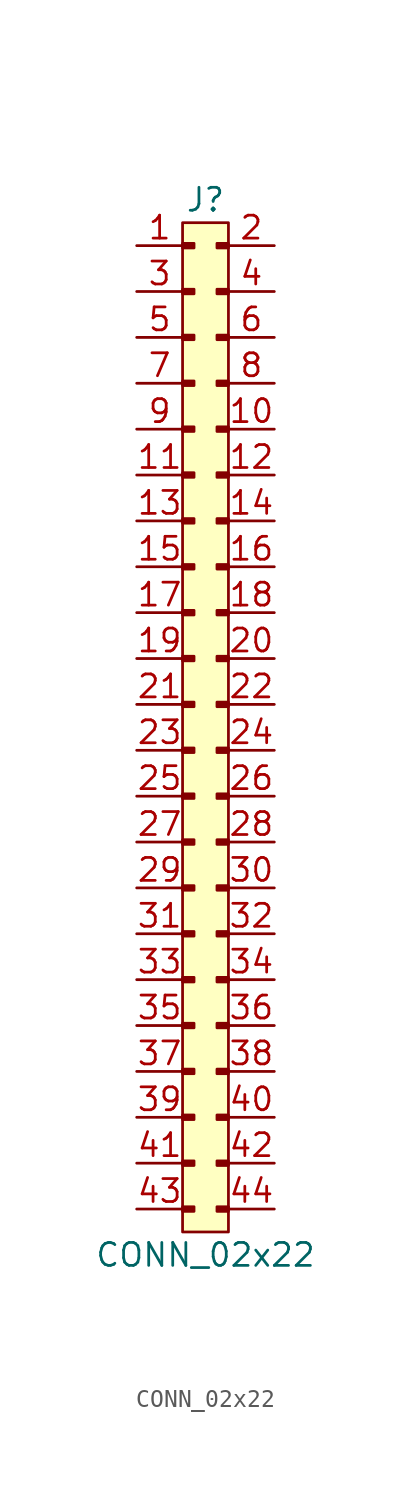
<source format=kicad_sym>
(kicad_symbol_lib
  (version 20211014)
  (generator agg_kicad.build_lib_connector)
  (symbol "CONN_02x22"
    (pin_names hide)
    (property Reference J
      (at -1.27 2.54 0)
      (effects (font (size 1.27 1.27))))
    (property Value "CONN_02x22"
      (at -1.27 -55.88 0)
      (effects (font (size 1.27 1.27))))
    (rectangle
      (start 0 -54.61)
      (end -2.54 1.27)
      (stroke (width 0) (type default) (color 0 0 0 0))
      (fill (type background)))
    (rectangle
      (start 0 0.127)
      (end -0.635 -0.127)
      (stroke (width 0) (type default) (color 0 0 0 0))
      (fill (type outline)))
    (rectangle
      (start -2.54 0.127)
      (end -1.905 -0.127)
      (stroke (width 0) (type default) (color 0 0 0 0))
      (fill (type outline)))
    (rectangle
      (start 0 -2.413)
      (end -0.635 -2.667)
      (stroke (width 0) (type default) (color 0 0 0 0))
      (fill (type outline)))
    (rectangle
      (start -2.54 -2.413)
      (end -1.905 -2.667)
      (stroke (width 0) (type default) (color 0 0 0 0))
      (fill (type outline)))
    (rectangle
      (start 0 -4.953)
      (end -0.635 -5.207)
      (stroke (width 0) (type default) (color 0 0 0 0))
      (fill (type outline)))
    (rectangle
      (start -2.54 -4.953)
      (end -1.905 -5.207)
      (stroke (width 0) (type default) (color 0 0 0 0))
      (fill (type outline)))
    (rectangle
      (start 0 -7.493)
      (end -0.635 -7.747)
      (stroke (width 0) (type default) (color 0 0 0 0))
      (fill (type outline)))
    (rectangle
      (start -2.54 -7.493)
      (end -1.905 -7.747)
      (stroke (width 0) (type default) (color 0 0 0 0))
      (fill (type outline)))
    (rectangle
      (start 0 -10.033)
      (end -0.635 -10.287)
      (stroke (width 0) (type default) (color 0 0 0 0))
      (fill (type outline)))
    (rectangle
      (start -2.54 -10.033)
      (end -1.905 -10.287)
      (stroke (width 0) (type default) (color 0 0 0 0))
      (fill (type outline)))
    (rectangle
      (start 0 -12.573)
      (end -0.635 -12.827)
      (stroke (width 0) (type default) (color 0 0 0 0))
      (fill (type outline)))
    (rectangle
      (start -2.54 -12.573)
      (end -1.905 -12.827)
      (stroke (width 0) (type default) (color 0 0 0 0))
      (fill (type outline)))
    (rectangle
      (start 0 -15.113)
      (end -0.635 -15.367)
      (stroke (width 0) (type default) (color 0 0 0 0))
      (fill (type outline)))
    (rectangle
      (start -2.54 -15.113)
      (end -1.905 -15.367)
      (stroke (width 0) (type default) (color 0 0 0 0))
      (fill (type outline)))
    (rectangle
      (start 0 -17.653)
      (end -0.635 -17.907)
      (stroke (width 0) (type default) (color 0 0 0 0))
      (fill (type outline)))
    (rectangle
      (start -2.54 -17.653)
      (end -1.905 -17.907)
      (stroke (width 0) (type default) (color 0 0 0 0))
      (fill (type outline)))
    (rectangle
      (start 0 -20.193)
      (end -0.635 -20.447)
      (stroke (width 0) (type default) (color 0 0 0 0))
      (fill (type outline)))
    (rectangle
      (start -2.54 -20.193)
      (end -1.905 -20.447)
      (stroke (width 0) (type default) (color 0 0 0 0))
      (fill (type outline)))
    (rectangle
      (start 0 -22.733)
      (end -0.635 -22.987)
      (stroke (width 0) (type default) (color 0 0 0 0))
      (fill (type outline)))
    (rectangle
      (start -2.54 -22.733)
      (end -1.905 -22.987)
      (stroke (width 0) (type default) (color 0 0 0 0))
      (fill (type outline)))
    (rectangle
      (start 0 -25.273)
      (end -0.635 -25.527)
      (stroke (width 0) (type default) (color 0 0 0 0))
      (fill (type outline)))
    (rectangle
      (start -2.54 -25.273)
      (end -1.905 -25.527)
      (stroke (width 0) (type default) (color 0 0 0 0))
      (fill (type outline)))
    (rectangle
      (start 0 -27.813)
      (end -0.635 -28.067)
      (stroke (width 0) (type default) (color 0 0 0 0))
      (fill (type outline)))
    (rectangle
      (start -2.54 -27.813)
      (end -1.905 -28.067)
      (stroke (width 0) (type default) (color 0 0 0 0))
      (fill (type outline)))
    (rectangle
      (start 0 -30.353)
      (end -0.635 -30.607)
      (stroke (width 0) (type default) (color 0 0 0 0))
      (fill (type outline)))
    (rectangle
      (start -2.54 -30.353)
      (end -1.905 -30.607)
      (stroke (width 0) (type default) (color 0 0 0 0))
      (fill (type outline)))
    (rectangle
      (start 0 -32.893)
      (end -0.635 -33.147)
      (stroke (width 0) (type default) (color 0 0 0 0))
      (fill (type outline)))
    (rectangle
      (start -2.54 -32.893)
      (end -1.905 -33.147)
      (stroke (width 0) (type default) (color 0 0 0 0))
      (fill (type outline)))
    (rectangle
      (start 0 -35.433)
      (end -0.635 -35.687)
      (stroke (width 0) (type default) (color 0 0 0 0))
      (fill (type outline)))
    (rectangle
      (start -2.54 -35.433)
      (end -1.905 -35.687)
      (stroke (width 0) (type default) (color 0 0 0 0))
      (fill (type outline)))
    (rectangle
      (start 0 -37.973)
      (end -0.635 -38.227)
      (stroke (width 0) (type default) (color 0 0 0 0))
      (fill (type outline)))
    (rectangle
      (start -2.54 -37.973)
      (end -1.905 -38.227)
      (stroke (width 0) (type default) (color 0 0 0 0))
      (fill (type outline)))
    (rectangle
      (start 0 -40.513)
      (end -0.635 -40.767)
      (stroke (width 0) (type default) (color 0 0 0 0))
      (fill (type outline)))
    (rectangle
      (start -2.54 -40.513)
      (end -1.905 -40.767)
      (stroke (width 0) (type default) (color 0 0 0 0))
      (fill (type outline)))
    (rectangle
      (start 0 -43.053)
      (end -0.635 -43.307)
      (stroke (width 0) (type default) (color 0 0 0 0))
      (fill (type outline)))
    (rectangle
      (start -2.54 -43.053)
      (end -1.905 -43.307)
      (stroke (width 0) (type default) (color 0 0 0 0))
      (fill (type outline)))
    (rectangle
      (start 0 -45.593)
      (end -0.635 -45.847)
      (stroke (width 0) (type default) (color 0 0 0 0))
      (fill (type outline)))
    (rectangle
      (start -2.54 -45.593)
      (end -1.905 -45.847)
      (stroke (width 0) (type default) (color 0 0 0 0))
      (fill (type outline)))
    (rectangle
      (start 0 -48.133)
      (end -0.635 -48.387)
      (stroke (width 0) (type default) (color 0 0 0 0))
      (fill (type outline)))
    (rectangle
      (start -2.54 -48.133)
      (end -1.905 -48.387)
      (stroke (width 0) (type default) (color 0 0 0 0))
      (fill (type outline)))
    (rectangle
      (start 0 -50.673)
      (end -0.635 -50.927)
      (stroke (width 0) (type default) (color 0 0 0 0))
      (fill (type outline)))
    (rectangle
      (start -2.54 -50.673)
      (end -1.905 -50.927)
      (stroke (width 0) (type default) (color 0 0 0 0))
      (fill (type outline)))
    (rectangle
      (start 0 -53.213)
      (end -0.635 -53.467)
      (stroke (width 0) (type default) (color 0 0 0 0))
      (fill (type outline)))
    (rectangle
      (start -2.54 -53.213)
      (end -1.905 -53.467)
      (stroke (width 0) (type default) (color 0 0 0 0))
      (fill (type outline)))
    (pin passive line
      (at 2.54 0 180)
      (length 2.54)
      (name "2" (effects (font (size 1.27 1.27))))
      (number "2" (effects (font (size 1.27 1.27)))))
    (pin passive line
      (at -5.08 0 0)
      (length 2.54)
      (name "1" (effects (font (size 1.27 1.27))))
      (number "1" (effects (font (size 1.27 1.27)))))
    (pin passive line
      (at 2.54 -2.54 180)
      (length 2.54)
      (name "4" (effects (font (size 1.27 1.27))))
      (number "4" (effects (font (size 1.27 1.27)))))
    (pin passive line
      (at -5.08 -2.54 0)
      (length 2.54)
      (name "3" (effects (font (size 1.27 1.27))))
      (number "3" (effects (font (size 1.27 1.27)))))
    (pin passive line
      (at 2.54 -5.08 180)
      (length 2.54)
      (name "6" (effects (font (size 1.27 1.27))))
      (number "6" (effects (font (size 1.27 1.27)))))
    (pin passive line
      (at -5.08 -5.08 0)
      (length 2.54)
      (name "5" (effects (font (size 1.27 1.27))))
      (number "5" (effects (font (size 1.27 1.27)))))
    (pin passive line
      (at 2.54 -7.62 180)
      (length 2.54)
      (name "8" (effects (font (size 1.27 1.27))))
      (number "8" (effects (font (size 1.27 1.27)))))
    (pin passive line
      (at -5.08 -7.62 0)
      (length 2.54)
      (name "7" (effects (font (size 1.27 1.27))))
      (number "7" (effects (font (size 1.27 1.27)))))
    (pin passive line
      (at 2.54 -10.16 180)
      (length 2.54)
      (name "10" (effects (font (size 1.27 1.27))))
      (number "10" (effects (font (size 1.27 1.27)))))
    (pin passive line
      (at -5.08 -10.16 0)
      (length 2.54)
      (name "9" (effects (font (size 1.27 1.27))))
      (number "9" (effects (font (size 1.27 1.27)))))
    (pin passive line
      (at 2.54 -12.7 180)
      (length 2.54)
      (name "12" (effects (font (size 1.27 1.27))))
      (number "12" (effects (font (size 1.27 1.27)))))
    (pin passive line
      (at -5.08 -12.7 0)
      (length 2.54)
      (name "11" (effects (font (size 1.27 1.27))))
      (number "11" (effects (font (size 1.27 1.27)))))
    (pin passive line
      (at 2.54 -15.24 180)
      (length 2.54)
      (name "14" (effects (font (size 1.27 1.27))))
      (number "14" (effects (font (size 1.27 1.27)))))
    (pin passive line
      (at -5.08 -15.24 0)
      (length 2.54)
      (name "13" (effects (font (size 1.27 1.27))))
      (number "13" (effects (font (size 1.27 1.27)))))
    (pin passive line
      (at 2.54 -17.78 180)
      (length 2.54)
      (name "16" (effects (font (size 1.27 1.27))))
      (number "16" (effects (font (size 1.27 1.27)))))
    (pin passive line
      (at -5.08 -17.78 0)
      (length 2.54)
      (name "15" (effects (font (size 1.27 1.27))))
      (number "15" (effects (font (size 1.27 1.27)))))
    (pin passive line
      (at 2.54 -20.32 180)
      (length 2.54)
      (name "18" (effects (font (size 1.27 1.27))))
      (number "18" (effects (font (size 1.27 1.27)))))
    (pin passive line
      (at -5.08 -20.32 0)
      (length 2.54)
      (name "17" (effects (font (size 1.27 1.27))))
      (number "17" (effects (font (size 1.27 1.27)))))
    (pin passive line
      (at 2.54 -22.86 180)
      (length 2.54)
      (name "20" (effects (font (size 1.27 1.27))))
      (number "20" (effects (font (size 1.27 1.27)))))
    (pin passive line
      (at -5.08 -22.86 0)
      (length 2.54)
      (name "19" (effects (font (size 1.27 1.27))))
      (number "19" (effects (font (size 1.27 1.27)))))
    (pin passive line
      (at 2.54 -25.4 180)
      (length 2.54)
      (name "22" (effects (font (size 1.27 1.27))))
      (number "22" (effects (font (size 1.27 1.27)))))
    (pin passive line
      (at -5.08 -25.4 0)
      (length 2.54)
      (name "21" (effects (font (size 1.27 1.27))))
      (number "21" (effects (font (size 1.27 1.27)))))
    (pin passive line
      (at 2.54 -27.94 180)
      (length 2.54)
      (name "24" (effects (font (size 1.27 1.27))))
      (number "24" (effects (font (size 1.27 1.27)))))
    (pin passive line
      (at -5.08 -27.94 0)
      (length 2.54)
      (name "23" (effects (font (size 1.27 1.27))))
      (number "23" (effects (font (size 1.27 1.27)))))
    (pin passive line
      (at 2.54 -30.48 180)
      (length 2.54)
      (name "26" (effects (font (size 1.27 1.27))))
      (number "26" (effects (font (size 1.27 1.27)))))
    (pin passive line
      (at -5.08 -30.48 0)
      (length 2.54)
      (name "25" (effects (font (size 1.27 1.27))))
      (number "25" (effects (font (size 1.27 1.27)))))
    (pin passive line
      (at 2.54 -33.02 180)
      (length 2.54)
      (name "28" (effects (font (size 1.27 1.27))))
      (number "28" (effects (font (size 1.27 1.27)))))
    (pin passive line
      (at -5.08 -33.02 0)
      (length 2.54)
      (name "27" (effects (font (size 1.27 1.27))))
      (number "27" (effects (font (size 1.27 1.27)))))
    (pin passive line
      (at 2.54 -35.56 180)
      (length 2.54)
      (name "30" (effects (font (size 1.27 1.27))))
      (number "30" (effects (font (size 1.27 1.27)))))
    (pin passive line
      (at -5.08 -35.56 0)
      (length 2.54)
      (name "29" (effects (font (size 1.27 1.27))))
      (number "29" (effects (font (size 1.27 1.27)))))
    (pin passive line
      (at 2.54 -38.1 180)
      (length 2.54)
      (name "32" (effects (font (size 1.27 1.27))))
      (number "32" (effects (font (size 1.27 1.27)))))
    (pin passive line
      (at -5.08 -38.1 0)
      (length 2.54)
      (name "31" (effects (font (size 1.27 1.27))))
      (number "31" (effects (font (size 1.27 1.27)))))
    (pin passive line
      (at 2.54 -40.64 180)
      (length 2.54)
      (name "34" (effects (font (size 1.27 1.27))))
      (number "34" (effects (font (size 1.27 1.27)))))
    (pin passive line
      (at -5.08 -40.64 0)
      (length 2.54)
      (name "33" (effects (font (size 1.27 1.27))))
      (number "33" (effects (font (size 1.27 1.27)))))
    (pin passive line
      (at 2.54 -43.18 180)
      (length 2.54)
      (name "36" (effects (font (size 1.27 1.27))))
      (number "36" (effects (font (size 1.27 1.27)))))
    (pin passive line
      (at -5.08 -43.18 0)
      (length 2.54)
      (name "35" (effects (font (size 1.27 1.27))))
      (number "35" (effects (font (size 1.27 1.27)))))
    (pin passive line
      (at 2.54 -45.72 180)
      (length 2.54)
      (name "38" (effects (font (size 1.27 1.27))))
      (number "38" (effects (font (size 1.27 1.27)))))
    (pin passive line
      (at -5.08 -45.72 0)
      (length 2.54)
      (name "37" (effects (font (size 1.27 1.27))))
      (number "37" (effects (font (size 1.27 1.27)))))
    (pin passive line
      (at 2.54 -48.26 180)
      (length 2.54)
      (name "40" (effects (font (size 1.27 1.27))))
      (number "40" (effects (font (size 1.27 1.27)))))
    (pin passive line
      (at -5.08 -48.26 0)
      (length 2.54)
      (name "39" (effects (font (size 1.27 1.27))))
      (number "39" (effects (font (size 1.27 1.27)))))
    (pin passive line
      (at 2.54 -50.8 180)
      (length 2.54)
      (name "42" (effects (font (size 1.27 1.27))))
      (number "42" (effects (font (size 1.27 1.27)))))
    (pin passive line
      (at -5.08 -50.8 0)
      (length 2.54)
      (name "41" (effects (font (size 1.27 1.27))))
      (number "41" (effects (font (size 1.27 1.27)))))
    (pin passive line
      (at 2.54 -53.34 180)
      (length 2.54)
      (name "44" (effects (font (size 1.27 1.27))))
      (number "44" (effects (font (size 1.27 1.27)))))
    (pin passive line
      (at -5.08 -53.34 0)
      (length 2.54)
      (name "43" (effects (font (size 1.27 1.27))))
      (number "43" (effects (font (size 1.27 1.27)))))))
</source>
